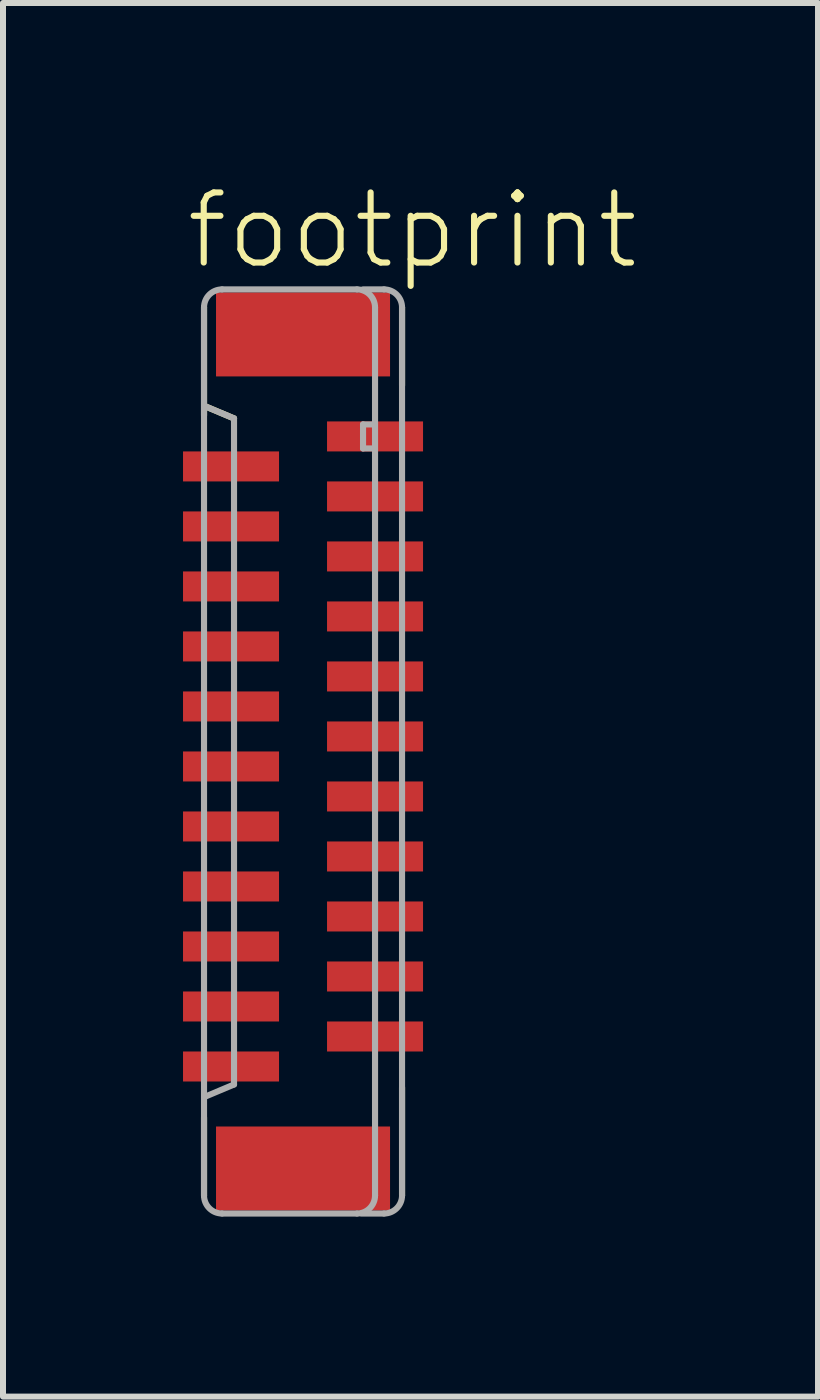
<source format=kicad_pcb>
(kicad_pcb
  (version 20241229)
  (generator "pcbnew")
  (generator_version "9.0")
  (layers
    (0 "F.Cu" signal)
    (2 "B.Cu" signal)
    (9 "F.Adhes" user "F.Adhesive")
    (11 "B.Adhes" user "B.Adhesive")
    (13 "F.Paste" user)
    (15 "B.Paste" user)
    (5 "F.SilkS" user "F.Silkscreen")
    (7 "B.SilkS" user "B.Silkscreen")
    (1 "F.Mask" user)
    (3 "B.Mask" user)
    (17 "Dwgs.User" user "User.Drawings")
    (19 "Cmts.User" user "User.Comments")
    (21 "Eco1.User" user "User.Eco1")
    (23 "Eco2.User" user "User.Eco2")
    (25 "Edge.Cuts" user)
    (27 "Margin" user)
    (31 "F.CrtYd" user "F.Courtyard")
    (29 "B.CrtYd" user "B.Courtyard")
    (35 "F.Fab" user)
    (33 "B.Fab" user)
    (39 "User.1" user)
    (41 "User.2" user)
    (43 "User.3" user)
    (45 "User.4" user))
  (footprint "footprint"
    (layer "F.Cu")
    (at 2 9.473)
    (property "Reference" "footprint" (at -2 -8 0) (layer "F.SilkS") (effects (font (size 1.168 1.168) (thickness 0.102)) (justify left bottom)))
    (fp_line (start -1.65 -7.4) (end -1.65 -5.6) (stroke (width 0.102) (type solid)) (layer "F.SilkS"))
    (fp_line (start -1.65 6.1) (end -1.65 7.4) (stroke (width 0.102) (type solid)) (layer "F.SilkS"))
    (fp_line (start -1.625 -5.75) (end -1.15 -5.55) (stroke (width 0.102) (type solid)) (layer "F.SilkS"))
    (fp_line (start 1.65 -6.1) (end 1.65 -7.4) (stroke (width 0.102) (type solid)) (layer "F.SilkS"))
    (fp_line (start 1.65 7.4) (end 1.65 5.6) (stroke (width 0.102) (type solid)) (layer "F.SilkS"))
    (fp_line (start -1.65 -7.4) (end -1.65 7.4) (stroke (width 0.102) (type solid)) (layer "F.Fab"))
    (fp_line (start -1.625 -5.75) (end -1.15 -5.55) (stroke (width 0.102) (type solid)) (layer "F.Fab"))
    (fp_line (start -1.35 7.7) (end 0.9 7.7) (stroke (width 0.102) (type solid)) (layer "F.Fab"))
    (fp_line (start -1.15 -5.55) (end -1.15 5.55) (stroke (width 0.102) (type solid)) (layer "F.Fab"))
    (fp_line (start -1.15 5.55) (end -1.625 5.75) (stroke (width 0.102) (type solid)) (layer "F.Fab"))
    (fp_line (start 0.9 -7.7) (end -1.35 -7.7) (stroke (width 0.102) (type solid)) (layer "F.Fab"))
    (fp_line (start 0.975 7.7) (end 1.35 7.7) (stroke (width 0.102) (type solid)) (layer "F.Fab"))
    (fp_line (start 1 -7.7) (end 1.35 -7.7) (stroke (width 0.102) (type solid)) (layer "F.Fab"))
    (fp_line (start 1 -5.45) (end 1 -5.05) (stroke (width 0.102) (type solid)) (layer "F.Fab"))
    (fp_line (start 1 -5.05) (end 1.15 -5.05) (stroke (width 0.102) (type solid)) (layer "F.Fab"))
    (fp_line (start 1.15 -5.45) (end 1 -5.45) (stroke (width 0.102) (type solid)) (layer "F.Fab"))
    (fp_line (start 1.2 7.4) (end 1.2 -7.4) (stroke (width 0.102) (type solid)) (layer "F.Fab"))
    (fp_line (start 1.65 7.4) (end 1.65 -7.4) (stroke (width 0.102) (type solid)) (layer "F.Fab"))
    (fp_arc (start -1.65 -7.4) (mid -1.562132 -7.612132) (end -1.35 -7.7) (stroke (width 0.1016) (type solid)) (layer "F.Fab"))
    (fp_arc (start -1.35 7.7) (mid -1.562132 7.612132) (end -1.65 7.4) (stroke (width 0.1016) (type solid)) (layer "F.Fab"))
    (fp_arc (start 0.9 -7.7) (mid 1.112132 -7.612132) (end 1.2 -7.4) (stroke (width 0.1016) (type solid)) (layer "F.Fab"))
    (fp_arc (start 1.2 7.4) (mid 1.112132 7.612132) (end 0.9 7.7) (stroke (width 0.1016) (type solid)) (layer "F.Fab"))
    (fp_arc (start 1.35 -7.7) (mid 1.562132 -7.612132) (end 1.65 -7.4) (stroke (width 0.1016) (type solid)) (layer "F.Fab"))
    (fp_arc (start 1.65 7.4) (mid 1.562132 7.612132) (end 1.35 7.7) (stroke (width 0.1016) (type solid)) (layer "F.Fab"))
    (pad "1" smd rect (at 1.2 -5.25 270) (size 0.5 1.6) (layers "F.Cu" "F.Mask" "F.Paste"))
    (pad "2" smd rect (at -1.2 -4.75 90) (size 0.5 1.6) (layers "F.Cu" "F.Mask" "F.Paste"))
    (pad "3" smd rect (at 1.2 -4.25 270) (size 0.5 1.6) (layers "F.Cu" "F.Mask" "F.Paste"))
    (pad "4" smd rect (at -1.2 -3.75 90) (size 0.5 1.6) (layers "F.Cu" "F.Mask" "F.Paste"))
    (pad "5" smd rect (at 1.2 -3.25 270) (size 0.5 1.6) (layers "F.Cu" "F.Mask" "F.Paste"))
    (pad "6" smd rect (at -1.2 -2.75 90) (size 0.5 1.6) (layers "F.Cu" "F.Mask" "F.Paste"))
    (pad "7" smd rect (at 1.2 -2.25 270) (size 0.5 1.6) (layers "F.Cu" "F.Mask" "F.Paste"))
    (pad "8" smd rect (at -1.2 -1.75 90) (size 0.5 1.6) (layers "F.Cu" "F.Mask" "F.Paste"))
    (pad "9" smd rect (at 1.2 -1.25 270) (size 0.5 1.6) (layers "F.Cu" "F.Mask" "F.Paste"))
    (pad "10" smd rect (at -1.2 -0.75 90) (size 0.5 1.6) (layers "F.Cu" "F.Mask" "F.Paste"))
    (pad "11" smd rect (at 1.2 -0.25 270) (size 0.5 1.6) (layers "F.Cu" "F.Mask" "F.Paste"))
    (pad "12" smd rect (at -1.2 0.25 90) (size 0.5 1.6) (layers "F.Cu" "F.Mask" "F.Paste"))
    (pad "13" smd rect (at 1.2 0.75 270) (size 0.5 1.6) (layers "F.Cu" "F.Mask" "F.Paste"))
    (pad "14" smd rect (at -1.2 1.25 90) (size 0.5 1.6) (layers "F.Cu" "F.Mask" "F.Paste"))
    (pad "15" smd rect (at 1.2 1.75 270) (size 0.5 1.6) (layers "F.Cu" "F.Mask" "F.Paste"))
    (pad "16" smd rect (at -1.2 2.25 90) (size 0.5 1.6) (layers "F.Cu" "F.Mask" "F.Paste"))
    (pad "17" smd rect (at 1.2 2.75 270) (size 0.5 1.6) (layers "F.Cu" "F.Mask" "F.Paste"))
    (pad "18" smd rect (at -1.2 3.25 90) (size 0.5 1.6) (layers "F.Cu" "F.Mask" "F.Paste"))
    (pad "19" smd rect (at 1.2 3.75 270) (size 0.5 1.6) (layers "F.Cu" "F.Mask" "F.Paste"))
    (pad "20" smd rect (at -1.2 4.25 90) (size 0.5 1.6) (layers "F.Cu" "F.Mask" "F.Paste"))
    (pad "21" smd rect (at 1.2 4.75 270) (size 0.5 1.6) (layers "F.Cu" "F.Mask" "F.Paste"))
    (pad "22" smd rect (at -1.2 5.25 90) (size 0.5 1.6) (layers "F.Cu" "F.Mask" "F.Paste"))
    (pad "M1" smd rect (at 0 -6.95 270) (size 1.4 2.9) (layers "F.Cu" "F.Mask" "F.Paste"))
    (pad "M2" smd rect (at 0 6.95 270) (size 1.4 2.9) (layers "F.Cu" "F.Mask" "F.Paste")))
  (gr_rect
    (start -3 -3)
    (end 10.582 20.224)
    (stroke (width 0.1) (type default))
    (fill no)
    (layer "Edge.Cuts")))
</source>
